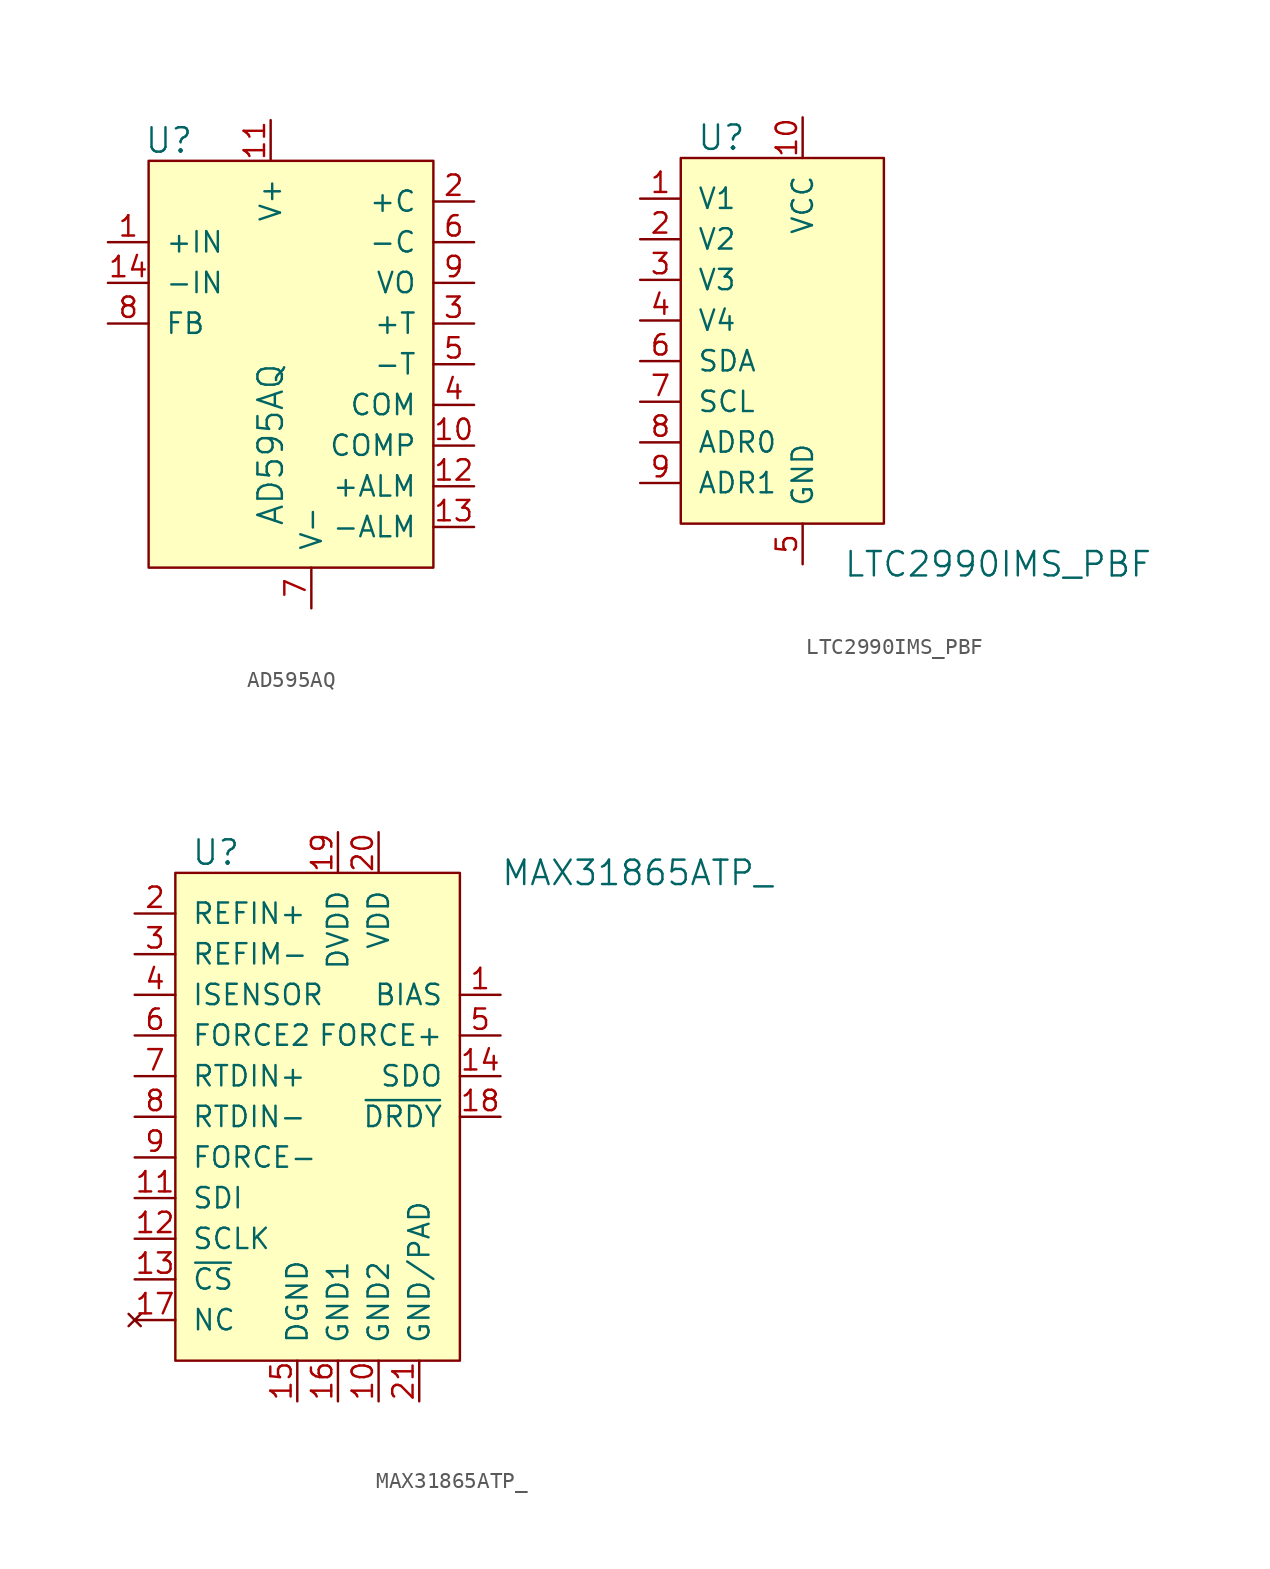
<source format=kicad_sym>
(kicad_symbol_lib
  (version 20201005)
  (generator kicad_symbol_editor)
  (symbol "AD595AQ"
    (pin_names
      (offset 1.016))
    (property "Reference" "U"
      (at -8.89 8.89 0)
      (effects (font (size 1.524 1.524))))
    (property "Value" "AD595AQ"
      (at -2.54 -15.24 90)
      (effects (font (size 1.524 1.524)) (justify left)))
    (symbol "AD595AQ_0_1"
      (rectangle (start -10.16 7.62) (end 7.62 -17.78) (stroke (width 0)) (fill (type background))))
    (symbol "AD595AQ_1_1"
      (pin input line (at -12.7 2.54 0) (length 2.54) (name "+IN" (effects (font (size 1.27 1.27)))) (number "1" (effects (font (size 1.27 1.27)))))
      (pin output line (at 10.16 5.08 180) (length 2.54) (name "+C" (effects (font (size 1.27 1.27)))) (number "2" (effects (font (size 1.27 1.27)))))
      (pin passive line (at 10.16 -2.54 180) (length 2.54) (name "+T" (effects (font (size 1.27 1.27)))) (number "3" (effects (font (size 1.27 1.27)))))
      (pin passive line (at 10.16 -7.62 180) (length 2.54) (name "COM" (effects (font (size 1.27 1.27)))) (number "4" (effects (font (size 1.27 1.27)))))
      (pin passive line (at 10.16 -5.08 180) (length 2.54) (name "-T" (effects (font (size 1.27 1.27)))) (number "5" (effects (font (size 1.27 1.27)))))
      (pin output line (at 10.16 2.54 180) (length 2.54) (name "-C" (effects (font (size 1.27 1.27)))) (number "6" (effects (font (size 1.27 1.27)))))
      (pin power_in line (at 0 -20.32 90) (length 2.54) (name "V-" (effects (font (size 1.27 1.27)))) (number "7" (effects (font (size 1.27 1.27)))))
      (pin passive line (at -12.7 -2.54 0) (length 2.54) (name "FB" (effects (font (size 1.27 1.27)))) (number "8" (effects (font (size 1.27 1.27)))))
      (pin output line (at 10.16 0 180) (length 2.54) (name "VO" (effects (font (size 1.27 1.27)))) (number "9" (effects (font (size 1.27 1.27)))))
      (pin passive line (at 10.16 -10.16 180) (length 2.54) (name "COMP" (effects (font (size 1.27 1.27)))) (number "10" (effects (font (size 1.27 1.27)))))
      (pin power_in line (at -2.54 10.16 270) (length 2.54) (name "V+" (effects (font (size 1.27 1.27)))) (number "11" (effects (font (size 1.27 1.27)))))
      (pin passive line (at 10.16 -12.7 180) (length 2.54) (name "+ALM" (effects (font (size 1.27 1.27)))) (number "12" (effects (font (size 1.27 1.27)))))
      (pin passive line (at 10.16 -15.24 180) (length 2.54) (name "-ALM" (effects (font (size 1.27 1.27)))) (number "13" (effects (font (size 1.27 1.27)))))
      (pin input line (at -12.7 0 0) (length 2.54) (name "-IN" (effects (font (size 1.27 1.27)))) (number "14" (effects (font (size 1.27 1.27)))))))
  (symbol "LTC2990IMS_PBF"
    (pin_names
      (offset 1.016))
    (property "Reference" "U"
      (at -5.08 6.35 0)
      (effects (font (size 1.524 1.524))))
    (property "Value" "LTC2990IMS_PBF"
      (at 2.54 -20.32 0)
      (effects (font (size 1.524 1.524)) (justify left)))
    (symbol "LTC2990IMS_PBF_0_1"
      (rectangle (start -7.62 5.08) (end 5.08 -17.78) (stroke (width 0)) (fill (type background))))
    (symbol "LTC2990IMS_PBF_1_1"
      (pin input line (at -10.16 2.54 0) (length 2.54) (name "V1" (effects (font (size 1.27 1.27)))) (number "1" (effects (font (size 1.27 1.27)))))
      (pin input line (at -10.16 0 0) (length 2.54) (name "V2" (effects (font (size 1.27 1.27)))) (number "2" (effects (font (size 1.27 1.27)))))
      (pin input line (at -10.16 -2.54 0) (length 2.54) (name "V3" (effects (font (size 1.27 1.27)))) (number "3" (effects (font (size 1.27 1.27)))))
      (pin input line (at -10.16 -5.08 0) (length 2.54) (name "V4" (effects (font (size 1.27 1.27)))) (number "4" (effects (font (size 1.27 1.27)))))
      (pin power_in line (at 0 -20.32 90) (length 2.54) (name "GND" (effects (font (size 1.27 1.27)))) (number "5" (effects (font (size 1.27 1.27)))))
      (pin bidirectional line (at -10.16 -7.62 0) (length 2.54) (name "SDA" (effects (font (size 1.27 1.27)))) (number "6" (effects (font (size 1.27 1.27)))))
      (pin input line (at -10.16 -10.16 0) (length 2.54) (name "SCL" (effects (font (size 1.27 1.27)))) (number "7" (effects (font (size 1.27 1.27)))))
      (pin input line (at -10.16 -12.7 0) (length 2.54) (name "ADR0" (effects (font (size 1.27 1.27)))) (number "8" (effects (font (size 1.27 1.27)))))
      (pin input line (at -10.16 -15.24 0) (length 2.54) (name "ADR1" (effects (font (size 1.27 1.27)))) (number "9" (effects (font (size 1.27 1.27)))))
      (pin power_in line (at 0 7.62 270) (length 2.54) (name "VCC" (effects (font (size 1.27 1.27)))) (number "10" (effects (font (size 1.27 1.27)))))))
  (symbol "MAX31865ATP_"
    (pin_names
      (offset 1.016))
    (property "Reference" "U"
      (at -7.62 6.35 0)
      (effects (font (size 1.524 1.524))))
    (property "Value" "MAX31865ATP_"
      (at 10.16 5.08 0)
      (effects (font (size 1.524 1.524)) (justify left)))
    (symbol "MAX31865ATP__0_1"
      (rectangle (start -10.16 5.08) (end 7.62 -25.4) (stroke (width 0)) (fill (type background))))
    (symbol "MAX31865ATP__1_1"
      (pin output line (at 10.16 -2.54 180) (length 2.54) (name "BIAS" (effects (font (size 1.27 1.27)))) (number "1" (effects (font (size 1.27 1.27)))))
      (pin input line (at -12.7 2.54 0) (length 2.54) (name "REFIN+" (effects (font (size 1.27 1.27)))) (number "2" (effects (font (size 1.27 1.27)))))
      (pin input line (at -12.7 0 0) (length 2.54) (name "REFIM-" (effects (font (size 1.27 1.27)))) (number "3" (effects (font (size 1.27 1.27)))))
      (pin input line (at -12.7 -2.54 0) (length 2.54) (name "ISENSOR" (effects (font (size 1.27 1.27)))) (number "4" (effects (font (size 1.27 1.27)))))
      (pin output line (at 10.16 -5.08 180) (length 2.54) (name "FORCE+" (effects (font (size 1.27 1.27)))) (number "5" (effects (font (size 1.27 1.27)))))
      (pin input line (at -12.7 -5.08 0) (length 2.54) (name "FORCE2" (effects (font (size 1.27 1.27)))) (number "6" (effects (font (size 1.27 1.27)))))
      (pin input line (at -12.7 -7.62 0) (length 2.54) (name "RTDIN+" (effects (font (size 1.27 1.27)))) (number "7" (effects (font (size 1.27 1.27)))))
      (pin input line (at -12.7 -10.16 0) (length 2.54) (name "RTDIN-" (effects (font (size 1.27 1.27)))) (number "8" (effects (font (size 1.27 1.27)))))
      (pin input line (at -12.7 -12.7 0) (length 2.54) (name "FORCE-" (effects (font (size 1.27 1.27)))) (number "9" (effects (font (size 1.27 1.27)))))
      (pin power_in line (at 2.54 -27.94 90) (length 2.54) (name "GND2" (effects (font (size 1.27 1.27)))) (number "10" (effects (font (size 1.27 1.27)))))
      (pin power_in line (at 2.54 7.62 270) (length 2.54) (name "VDD" (effects (font (size 1.27 1.27)))) (number "20" (effects (font (size 1.27 1.27)))))
      (pin input line (at -12.7 -15.24 0) (length 2.54) (name "SDI" (effects (font (size 1.27 1.27)))) (number "11" (effects (font (size 1.27 1.27)))))
      (pin power_in line (at 5.08 -27.94 90) (length 2.54) (name "GND/PAD" (effects (font (size 1.27 1.27)))) (number "21" (effects (font (size 1.27 1.27)))))
      (pin input line (at -12.7 -17.78 0) (length 2.54) (name "SCLK" (effects (font (size 1.27 1.27)))) (number "12" (effects (font (size 1.27 1.27)))))
      (pin input line (at -12.7 -20.32 0) (length 2.54) (name "~CS" (effects (font (size 1.27 1.27)))) (number "13" (effects (font (size 1.27 1.27)))))
      (pin output line (at 10.16 -7.62 180) (length 2.54) (name "SDO" (effects (font (size 1.27 1.27)))) (number "14" (effects (font (size 1.27 1.27)))))
      (pin power_in line (at -2.54 -27.94 90) (length 2.54) (name "DGND" (effects (font (size 1.27 1.27)))) (number "15" (effects (font (size 1.27 1.27)))))
      (pin power_in line (at 0 -27.94 90) (length 2.54) (name "GND1" (effects (font (size 1.27 1.27)))) (number "16" (effects (font (size 1.27 1.27)))))
      (pin no_connect line (at -12.7 -22.86 0) (length 2.54) (name "NC" (effects (font (size 1.27 1.27)))) (number "17" (effects (font (size 1.27 1.27)))))
      (pin output line (at 10.16 -10.16 180) (length 2.54) (name "~DRDY" (effects (font (size 1.27 1.27)))) (number "18" (effects (font (size 1.27 1.27)))))
      (pin power_in line (at 0 7.62 270) (length 2.54) (name "DVDD" (effects (font (size 1.27 1.27)))) (number "19" (effects (font (size 1.27 1.27))))))))
</source>
